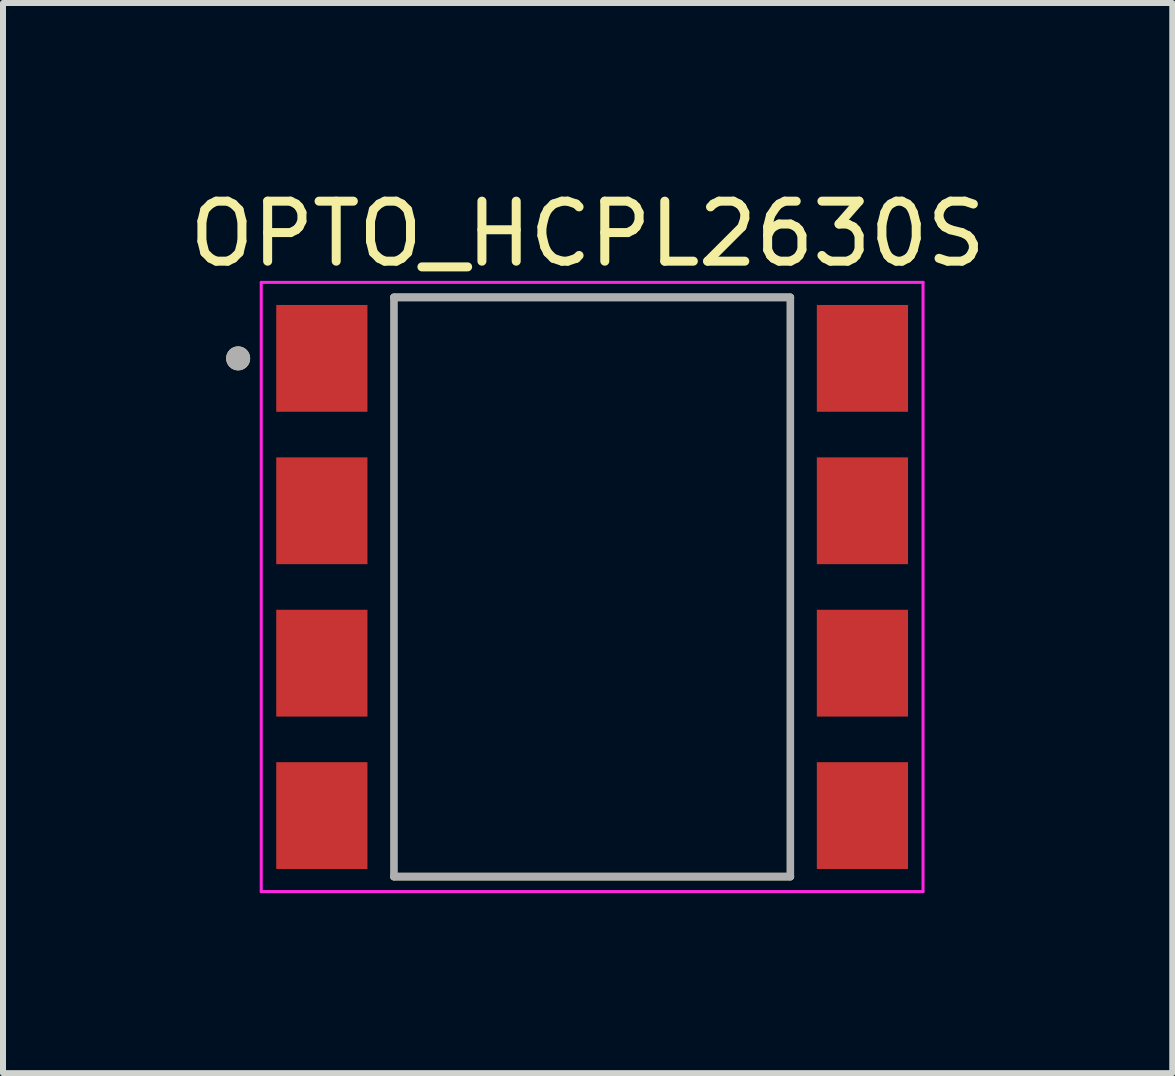
<source format=kicad_pcb>
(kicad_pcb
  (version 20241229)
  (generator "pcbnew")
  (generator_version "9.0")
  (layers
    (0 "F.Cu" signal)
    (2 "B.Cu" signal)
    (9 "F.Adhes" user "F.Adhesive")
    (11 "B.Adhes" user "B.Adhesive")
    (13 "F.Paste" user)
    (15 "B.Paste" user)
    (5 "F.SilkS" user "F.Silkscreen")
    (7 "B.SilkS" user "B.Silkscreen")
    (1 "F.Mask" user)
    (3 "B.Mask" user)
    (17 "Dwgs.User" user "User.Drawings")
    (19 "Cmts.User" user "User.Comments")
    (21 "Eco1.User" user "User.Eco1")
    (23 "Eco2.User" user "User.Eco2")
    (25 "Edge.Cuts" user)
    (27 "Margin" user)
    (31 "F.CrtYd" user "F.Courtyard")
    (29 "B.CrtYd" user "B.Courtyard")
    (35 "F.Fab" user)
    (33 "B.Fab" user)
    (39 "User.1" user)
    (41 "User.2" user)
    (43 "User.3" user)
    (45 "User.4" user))
  (footprint "OPTO_HCPL2630S"
    (layer "F.Cu")
    (at 6.819 6.733)
    (property "Reference" "OPTO_HCPL2630S" (at -0.075 -5.885 0) (layer "F.SilkS") (effects (font (size 1 1) (thickness 0.15))))
    (attr through_hole)
    (fp_line (start -3.303 -4.827) (end 3.303 -4.827) (stroke (width 0.127) (type solid)) (layer "F.SilkS"))
    (fp_line (start 3.303 4.827) (end -3.303 4.827) (stroke (width 0.127) (type solid)) (layer "F.SilkS"))
    (fp_circle (center -5.9 -3.81) (end -5.8 -3.81) (stroke (width 0.2) (type solid)) (fill no) (layer "F.SilkS"))
    (fp_line (start -5.515 -5.077) (end 5.515 -5.077) (stroke (width 0.05) (type solid)) (layer "F.CrtYd"))
    (fp_line (start -5.515 5.077) (end -5.515 -5.077) (stroke (width 0.05) (type solid)) (layer "F.CrtYd"))
    (fp_line (start 5.515 -5.077) (end 5.515 5.077) (stroke (width 0.05) (type solid)) (layer "F.CrtYd"))
    (fp_line (start 5.515 5.077) (end -5.515 5.077) (stroke (width 0.05) (type solid)) (layer "F.CrtYd"))
    (fp_line (start -3.303 -4.827) (end 3.303 -4.827) (stroke (width 0.127) (type solid)) (layer "F.Fab"))
    (fp_line (start -3.303 4.827) (end -3.303 -4.827) (stroke (width 0.127) (type solid)) (layer "F.Fab"))
    (fp_line (start 3.303 -4.827) (end 3.303 4.827) (stroke (width 0.127) (type solid)) (layer "F.Fab"))
    (fp_line (start 3.303 4.827) (end -3.303 4.827) (stroke (width 0.127) (type solid)) (layer "F.Fab"))
    (fp_circle (center -5.9 -3.81) (end -5.8 -3.81) (stroke (width 0.2) (type solid)) (fill no) (layer "F.Fab"))
    (pad "1" smd rect (at -4.505 -3.81) (size 1.52 1.78) (layers "F.Cu" "F.Mask" "F.Paste"))
    (pad "2" smd rect (at -4.505 -1.27) (size 1.52 1.78) (layers "F.Cu" "F.Mask" "F.Paste"))
    (pad "3" smd rect (at -4.505 1.27) (size 1.52 1.78) (layers "F.Cu" "F.Mask" "F.Paste"))
    (pad "4" smd rect (at -4.505 3.81) (size 1.52 1.78) (layers "F.Cu" "F.Mask" "F.Paste"))
    (pad "5" smd rect (at 4.505 3.81 180) (size 1.52 1.78) (layers "F.Cu" "F.Mask" "F.Paste"))
    (pad "6" smd rect (at 4.505 1.27 180) (size 1.52 1.78) (layers "F.Cu" "F.Mask" "F.Paste"))
    (pad "7" smd rect (at 4.505 -1.27 180) (size 1.52 1.78) (layers "F.Cu" "F.Mask" "F.Paste"))
    (pad "8" smd rect (at 4.505 -3.81 180) (size 1.52 1.78) (layers "F.Cu" "F.Mask" "F.Paste")))
  (gr_rect
    (start -3 -3)
    (end 16.488 14.836)
    (stroke (width 0.1) (type default))
    (fill no)
    (layer "Edge.Cuts")))
</source>
